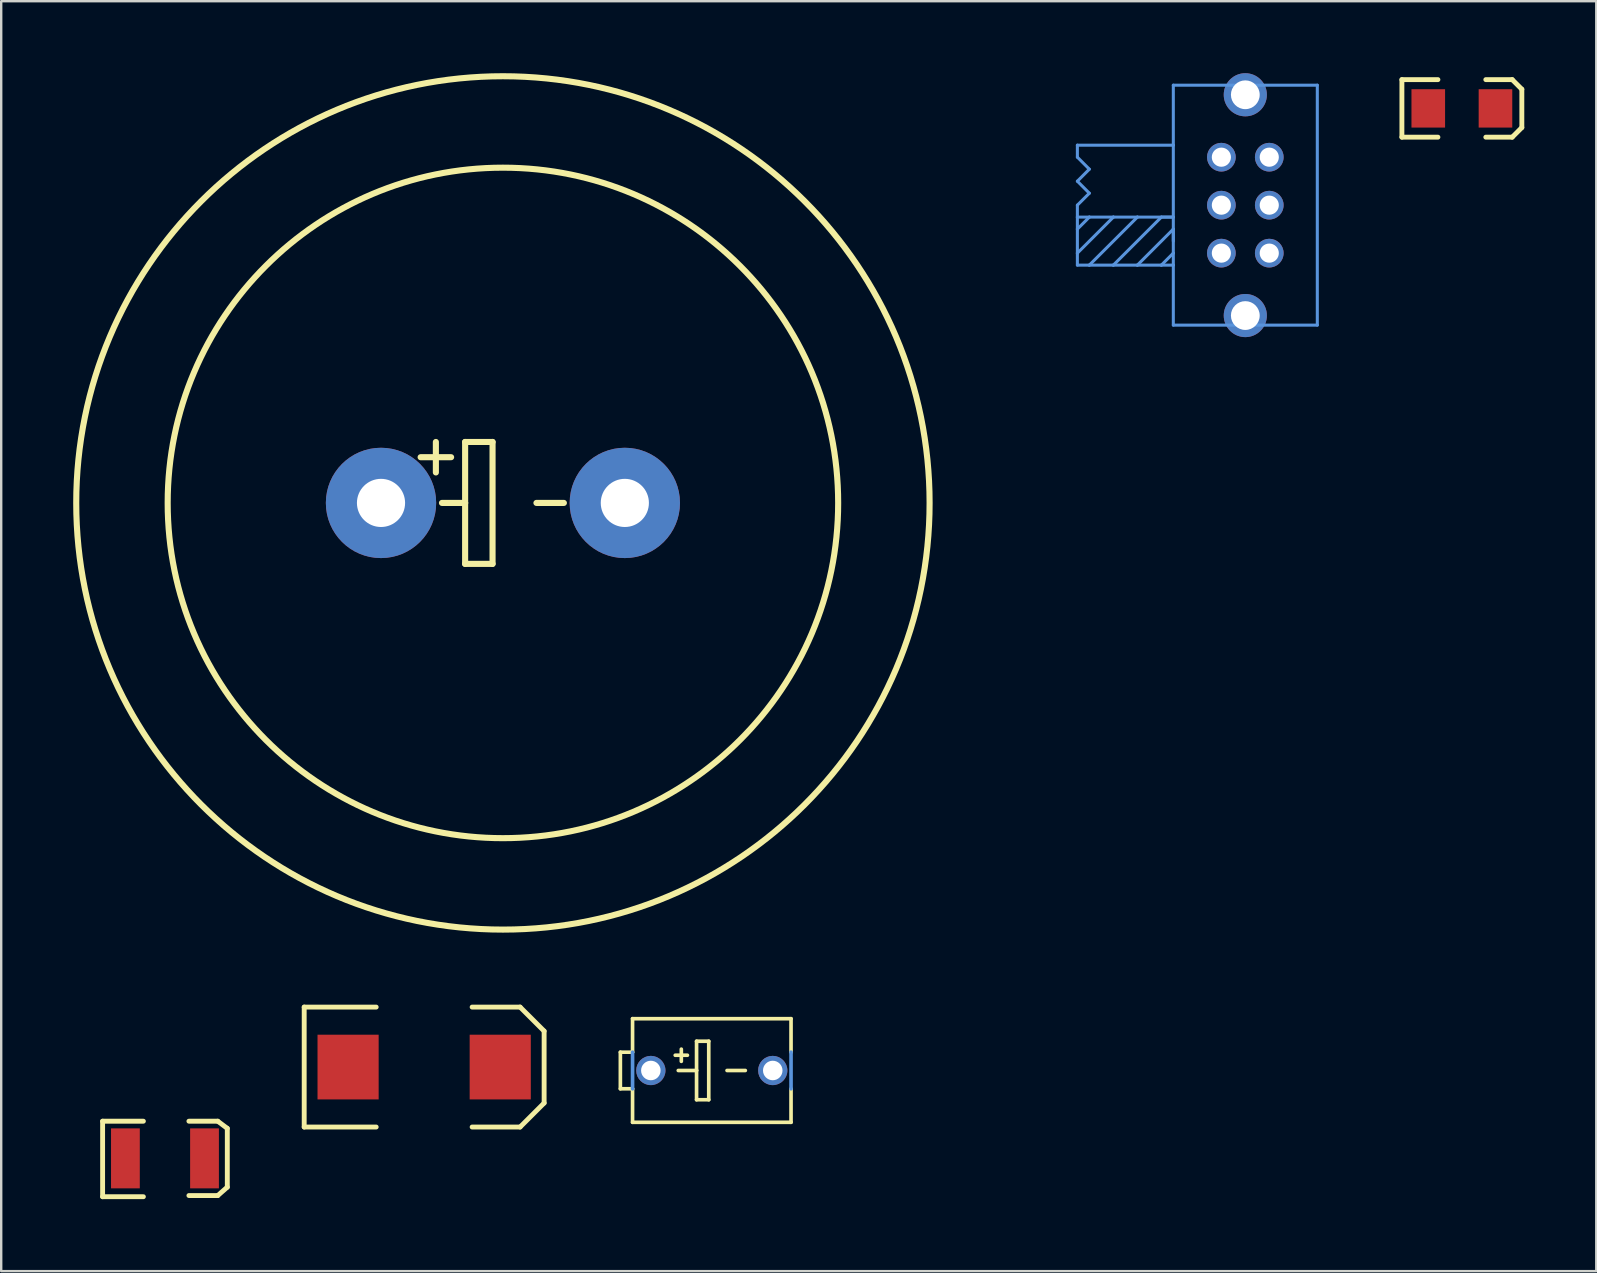
<source format=kicad_pcb>
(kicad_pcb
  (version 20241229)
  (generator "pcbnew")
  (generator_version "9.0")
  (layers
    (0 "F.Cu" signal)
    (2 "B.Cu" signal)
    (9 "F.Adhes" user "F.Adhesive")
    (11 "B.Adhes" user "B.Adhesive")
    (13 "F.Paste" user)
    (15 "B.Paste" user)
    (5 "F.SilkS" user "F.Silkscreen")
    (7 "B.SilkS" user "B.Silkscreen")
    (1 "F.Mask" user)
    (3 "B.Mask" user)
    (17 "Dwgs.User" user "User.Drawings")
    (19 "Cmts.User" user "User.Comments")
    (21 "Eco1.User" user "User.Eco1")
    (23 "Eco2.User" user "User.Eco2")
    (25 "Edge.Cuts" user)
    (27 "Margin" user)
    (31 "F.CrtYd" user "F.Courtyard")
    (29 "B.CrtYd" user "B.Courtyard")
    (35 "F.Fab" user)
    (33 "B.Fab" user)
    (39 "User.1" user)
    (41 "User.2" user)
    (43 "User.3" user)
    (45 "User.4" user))
  (footprint "EG2211"
    (layer "F.Cu")
    (at 48.843 5.499)
    (property "Reference" "EG2211" (at 0 0 0) (layer "Cmts.User") (effects (font (size 0.001 0.001) (thickness 0.000001))))
    (attr through_hole)
    (fp_line (start -6.998 -2.499) (end -6.998 -1.999) (stroke (width 0.127) (type solid)) (layer "Cmts.User"))
    (fp_line (start -6.998 -1.999) (end -6.5 -1.499) (stroke (width 0.127) (type solid)) (layer "Cmts.User"))
    (fp_line (start -6.998 -0.998) (end -6.5 -0.498) (stroke (width 0.127) (type solid)) (layer "Cmts.User"))
    (fp_line (start -6.998 0) (end -6.998 0.498) (stroke (width 0.127) (type solid)) (layer "Cmts.User"))
    (fp_line (start -6.998 0.498) (end -6.5 0.498) (stroke (width 0.127) (type solid)) (layer "Cmts.User"))
    (fp_line (start -6.998 0.998) (end -6.998 0.498) (stroke (width 0.127) (type solid)) (layer "Cmts.User"))
    (fp_line (start -6.998 1.999) (end -6.998 0.998) (stroke (width 0.127) (type solid)) (layer "Cmts.User"))
    (fp_line (start -6.998 2.499) (end -6.998 1.999) (stroke (width 0.127) (type solid)) (layer "Cmts.User"))
    (fp_line (start -6.5 -1.499) (end -6.998 -0.998) (stroke (width 0.127) (type solid)) (layer "Cmts.User"))
    (fp_line (start -6.5 -0.498) (end -6.998 0) (stroke (width 0.127) (type solid)) (layer "Cmts.User"))
    (fp_line (start -6.5 0.498) (end -6.998 0.998) (stroke (width 0.127) (type solid)) (layer "Cmts.User"))
    (fp_line (start -6.5 0.498) (end -5.499 0.498) (stroke (width 0.127) (type solid)) (layer "Cmts.User"))
    (fp_line (start -6.5 2.499) (end -6.998 2.499) (stroke (width 0.127) (type solid)) (layer "Cmts.User"))
    (fp_line (start -5.499 0.498) (end -6.998 1.999) (stroke (width 0.127) (type solid)) (layer "Cmts.User"))
    (fp_line (start -5.499 0.498) (end -4.498 0.498) (stroke (width 0.127) (type solid)) (layer "Cmts.User"))
    (fp_line (start -5.499 2.499) (end -6.5 2.499) (stroke (width 0.127) (type solid)) (layer "Cmts.User"))
    (fp_line (start -4.498 0.498) (end -6.5 2.499) (stroke (width 0.127) (type solid)) (layer "Cmts.User"))
    (fp_line (start -4.498 0.498) (end -3 0.498) (stroke (width 0.127) (type solid)) (layer "Cmts.User"))
    (fp_line (start -4.498 2.499) (end -5.499 2.499) (stroke (width 0.127) (type solid)) (layer "Cmts.User"))
    (fp_line (start -3.498 0.498) (end -5.499 2.499) (stroke (width 0.127) (type solid)) (layer "Cmts.User"))
    (fp_line (start -3.498 2.499) (end -4.498 2.499) (stroke (width 0.127) (type solid)) (layer "Cmts.User"))
    (fp_line (start -3 -4.999) (end -3 -2.499) (stroke (width 0.127) (type solid)) (layer "Cmts.User"))
    (fp_line (start -3 -2.499) (end -6.998 -2.499) (stroke (width 0.127) (type solid)) (layer "Cmts.User"))
    (fp_line (start -3 -2.499) (end -3 0.498) (stroke (width 0.127) (type solid)) (layer "Cmts.User"))
    (fp_line (start -3 0.498) (end -3.498 0.498) (stroke (width 0.127) (type solid)) (layer "Cmts.User"))
    (fp_line (start -3 0.498) (end -3 0.998) (stroke (width 0.127) (type solid)) (layer "Cmts.User"))
    (fp_line (start -3 0.998) (end -4.498 2.499) (stroke (width 0.127) (type solid)) (layer "Cmts.User"))
    (fp_line (start -3 0.998) (end -3 1.499) (stroke (width 0.127) (type solid)) (layer "Cmts.User"))
    (fp_line (start -3 0.998) (end -3 1.999) (stroke (width 0.127) (type solid)) (layer "Cmts.User"))
    (fp_line (start -3 1.999) (end -3.498 2.499) (stroke (width 0.127) (type solid)) (layer "Cmts.User"))
    (fp_line (start -3 1.999) (end -3 2.499) (stroke (width 0.127) (type solid)) (layer "Cmts.User"))
    (fp_line (start -3 2.499) (end -3.498 2.499) (stroke (width 0.127) (type solid)) (layer "Cmts.User"))
    (fp_line (start -3 2.499) (end -3 4.999) (stroke (width 0.127) (type solid)) (layer "Cmts.User"))
    (fp_line (start -3 4.999) (end 3 4.999) (stroke (width 0.127) (type solid)) (layer "Cmts.User"))
    (fp_line (start 3 -4.999) (end -3 -4.999) (stroke (width 0.127) (type solid)) (layer "Cmts.User"))
    (fp_line (start 3 4.999) (end 3 -4.999) (stroke (width 0.127) (type solid)) (layer "Cmts.User"))
    (pad "P$7" thru_hole oval (at 0 -4.6) (size 1.798 1.798) (drill 1.199) (layers "*.Cu" "*.Mask"))
    (pad "P$8" thru_hole oval (at 0 4.6) (size 1.798 1.798) (drill 1.199) (layers "*.Cu" "*.Mask"))
    (pad "P1" thru_hole oval (at -0.998 0) (size 1.196 1.196) (drill 0.798) (layers "*.Cu" "*.Mask"))
    (pad "P1-T" thru_hole oval (at -0.998 -1.999) (size 1.196 1.196) (drill 0.798) (layers "*.Cu" "*.Mask"))
    (pad "P1-T" thru_hole oval (at -0.998 1.999) (size 1.196 1.196) (drill 0.798) (layers "*.Cu" "*.Mask"))
    (pad "P2" thru_hole oval (at 0.998 0) (size 1.196 1.196) (drill 0.798) (layers "*.Cu" "*.Mask"))
    (pad "P2-T" thru_hole oval (at 0.998 -1.999) (size 1.196 1.196) (drill 0.798) (layers "*.Cu" "*.Mask"))
    (pad "P2-T" thru_hole oval (at 0.998 1.999) (size 1.196 1.196) (drill 0.798) (layers "*.Cu" "*.Mask")))
  (footprint "EIA3528"
    (layer "F.Cu")
    (at 3.824 45.22)
    (property "Reference" "EIA3528" (at -2.903 -2.54 90) (layer "Eco1.User") (effects (font (size 1.27 1.27) (thickness 0.102))))
    (attr through_hole)
    (fp_line (start -2.598 -1.549) (end -0.899 -1.549) (stroke (width 0.203) (type solid)) (layer "F.SilkS"))
    (fp_line (start -2.598 1.598) (end -2.598 -1.549) (stroke (width 0.203) (type solid)) (layer "F.SilkS"))
    (fp_line (start -0.899 1.598) (end -2.598 1.598) (stroke (width 0.203) (type solid)) (layer "F.SilkS"))
    (fp_line (start 0.998 1.549) (end 2.2 1.549) (stroke (width 0.203) (type solid)) (layer "F.SilkS"))
    (fp_line (start 2.2 -1.549) (end 0.998 -1.549) (stroke (width 0.203) (type solid)) (layer "F.SilkS"))
    (fp_line (start 2.2 1.549) (end 2.598 1.199) (stroke (width 0.203) (type solid)) (layer "F.SilkS"))
    (fp_line (start 2.598 -1.25) (end 2.2 -1.549) (stroke (width 0.203) (type solid)) (layer "F.SilkS"))
    (fp_line (start 2.598 1.199) (end 2.598 -1.25) (stroke (width 0.203) (type solid)) (layer "F.SilkS"))
    (pad "A" smd rect (at 1.648 0 90) (size 2.499 1.199) (layers "F.Cu" "F.Mask" "F.Paste"))
    (pad "K" smd rect (at -1.648 0 90) (size 2.499 1.199) (layers "F.Cu" "F.Mask" "F.Paste")))
  (footprint "EIA7343"
    (layer "F.Cu")
    (at 14.625 41.415)
    (property "Reference" "EIA7343" (at 0 0 0) (layer "Cmts.User") (effects (font (size 0.001 0.001) (thickness 0.000001))))
    (attr through_hole)
    (fp_line (start -4.999 -2.499) (end -4.999 2.499) (stroke (width 0.203) (type solid)) (layer "F.SilkS"))
    (fp_line (start -4.999 -2.499) (end -1.999 -2.499) (stroke (width 0.203) (type solid)) (layer "F.SilkS"))
    (fp_line (start -4.999 2.499) (end -1.999 2.499) (stroke (width 0.203) (type solid)) (layer "F.SilkS"))
    (fp_line (start 1.999 -2.499) (end 3.998 -2.499) (stroke (width 0.203) (type solid)) (layer "F.SilkS"))
    (fp_line (start 3.998 -2.499) (end 4.999 -1.499) (stroke (width 0.203) (type solid)) (layer "F.SilkS"))
    (fp_line (start 3.998 2.499) (end 1.999 2.499) (stroke (width 0.203) (type solid)) (layer "F.SilkS"))
    (fp_line (start 4.999 -1.499) (end 4.999 1.499) (stroke (width 0.203) (type solid)) (layer "F.SilkS"))
    (fp_line (start 4.999 1.499) (end 3.998 2.499) (stroke (width 0.203) (type solid)) (layer "F.SilkS"))
    (pad "A" smd rect (at 3.17 0 180) (size 2.548 2.697) (layers "F.Cu" "F.Mask" "F.Paste"))
    (pad "K" smd rect (at -3.17 0 180) (size 2.548 2.697) (layers "F.Cu" "F.Mask" "F.Paste")))
  (footprint "EIA3216"
    (layer "F.Cu")
    (at 57.867 1.467)
    (property "Reference" "EIA3216" (at -1.727 -1.176 0) (layer "Eco1.User") (effects (font (size 0.406 0.406) (thickness 0.03))))
    (attr through_hole)
    (fp_line (start -2.499 -1.199) (end -0.998 -1.199) (stroke (width 0.203) (type solid)) (layer "F.SilkS"))
    (fp_line (start -2.499 1.199) (end -2.499 -1.199) (stroke (width 0.203) (type solid)) (layer "F.SilkS"))
    (fp_line (start -0.998 1.199) (end -2.499 1.199) (stroke (width 0.203) (type solid)) (layer "F.SilkS"))
    (fp_line (start 0.998 1.199) (end 2.098 1.199) (stroke (width 0.203) (type solid)) (layer "F.SilkS"))
    (fp_line (start 2.098 -1.199) (end 0.998 -1.199) (stroke (width 0.203) (type solid)) (layer "F.SilkS"))
    (fp_line (start 2.098 1.199) (end 2.499 0.798) (stroke (width 0.203) (type solid)) (layer "F.SilkS"))
    (fp_line (start 2.499 -0.798) (end 2.098 -1.199) (stroke (width 0.203) (type solid)) (layer "F.SilkS"))
    (fp_line (start 2.499 0.798) (end 2.499 -0.798) (stroke (width 0.203) (type solid)) (layer "F.SilkS"))
    (pad "A" smd rect (at 1.4 0 90) (size 1.598 1.4) (layers "F.Cu" "F.Mask" "F.Paste"))
    (pad "K" smd rect (at -1.4 0 90) (size 1.598 1.4) (layers "F.Cu" "F.Mask" "F.Paste")))
  (footprint "EB35D"
    (layer "F.Cu")
    (at 17.907 17.907)
    (property "Reference" "EB35D" (at 16.51 -12.573 0) (layer "Eco1.User") (effects (font (size 1.778 1.778) (thickness 0.178))))
    (attr through_hole)
    (fp_line (start -2.794 -2.54) (end -2.794 -1.27) (stroke (width 0.254) (type solid)) (layer "F.SilkS"))
    (fp_line (start -2.54 0) (end -1.575 0) (stroke (width 0.254) (type solid)) (layer "F.SilkS"))
    (fp_line (start -2.159 -1.905) (end -3.429 -1.905) (stroke (width 0.254) (type solid)) (layer "F.SilkS"))
    (fp_line (start -1.575 -2.54) (end -0.432 -2.54) (stroke (width 0.254) (type solid)) (layer "F.SilkS"))
    (fp_line (start -1.575 0) (end -1.575 -2.54) (stroke (width 0.254) (type solid)) (layer "F.SilkS"))
    (fp_line (start -1.575 2.54) (end -1.575 0) (stroke (width 0.254) (type solid)) (layer "F.SilkS"))
    (fp_line (start -0.432 -2.54) (end -0.432 2.54) (stroke (width 0.254) (type solid)) (layer "F.SilkS"))
    (fp_line (start -0.432 2.54) (end -1.575 2.54) (stroke (width 0.254) (type solid)) (layer "F.SilkS"))
    (fp_line (start 1.397 0) (end 2.54 0) (stroke (width 0.254) (type solid)) (layer "F.SilkS"))
    (fp_circle (center 0 0) (end 13.97 0) (stroke (width 0.254) (type solid)) (fill no) (layer "F.SilkS"))
    (fp_circle (center 0 0) (end 17.78 0) (stroke (width 0.254) (type solid)) (fill no) (layer "F.SilkS"))
    (pad "+" thru_hole oval (at -5.08 0) (size 4.597 4.597) (drill 2.007) (layers "*.Cu" "*.Mask"))
    (pad "-" thru_hole oval (at 5.08 0) (size 4.597 4.597) (drill 2.007) (layers "*.Cu" "*.Mask")))
  (footprint "ETR2"
    (layer "F.Cu")
    (at 26.611 41.558)
    (property "Reference" "ETR2" (at -0.762 -1.778 0) (layer "Eco1.User") (effects (font (size 1.27 1.27) (thickness 0.127))))
    (attr through_hole)
    (fp_line (start -3.81 -0.762) (end -3.81 0.762) (stroke (width 0.152) (type solid)) (layer "F.SilkS"))
    (fp_line (start -3.81 0.762) (end -3.302 0.762) (stroke (width 0.152) (type solid)) (layer "F.SilkS"))
    (fp_line (start -3.302 -0.762) (end -3.81 -0.762) (stroke (width 0.152) (type solid)) (layer "F.SilkS"))
    (fp_line (start -3.302 -0.762) (end -3.302 -2.159) (stroke (width 0.152) (type solid)) (layer "F.SilkS"))
    (fp_line (start -3.302 2.159) (end -3.302 0.762) (stroke (width 0.152) (type solid)) (layer "F.SilkS"))
    (fp_line (start -3.302 2.159) (end 3.302 2.159) (stroke (width 0.152) (type solid)) (layer "F.SilkS"))
    (fp_line (start -1.524 -0.635) (end -1.016 -0.635) (stroke (width 0.152) (type solid)) (layer "F.SilkS"))
    (fp_line (start -1.397 0) (end -0.635 0) (stroke (width 0.152) (type solid)) (layer "F.SilkS"))
    (fp_line (start -1.27 -0.889) (end -1.27 -0.381) (stroke (width 0.152) (type solid)) (layer "F.SilkS"))
    (fp_line (start -0.635 -1.219) (end -0.635 0) (stroke (width 0.152) (type solid)) (layer "F.SilkS"))
    (fp_line (start -0.635 0) (end -0.635 1.219) (stroke (width 0.152) (type solid)) (layer "F.SilkS"))
    (fp_line (start -0.635 1.219) (end -0.127 1.219) (stroke (width 0.152) (type solid)) (layer "F.SilkS"))
    (fp_line (start -0.127 -1.219) (end -0.635 -1.219) (stroke (width 0.152) (type solid)) (layer "F.SilkS"))
    (fp_line (start -0.127 1.219) (end -0.127 -1.219) (stroke (width 0.152) (type solid)) (layer "F.SilkS"))
    (fp_line (start 0.635 0) (end 1.397 0) (stroke (width 0.152) (type solid)) (layer "F.SilkS"))
    (fp_line (start 3.302 -2.159) (end -3.302 -2.159) (stroke (width 0.152) (type solid)) (layer "F.SilkS"))
    (fp_line (start 3.302 -0.762) (end 3.302 -2.159) (stroke (width 0.152) (type solid)) (layer "F.SilkS"))
    (fp_line (start 3.302 2.159) (end 3.302 0.762) (stroke (width 0.152) (type solid)) (layer "F.SilkS"))
    (fp_line (start -3.302 0.762) (end -3.302 -0.762) (stroke (width 0.152) (type solid)) (layer "Cmts.User"))
    (fp_line (start 3.302 -0.762) (end 3.302 0.762) (stroke (width 0.152) (type solid)) (layer "Cmts.User"))
    (pad "+" thru_hole oval (at -2.54 0) (size 1.219 1.219) (drill 0.813) (layers "*.Cu" "*.Mask"))
    (pad "-" thru_hole oval (at 2.54 0) (size 1.219 1.219) (drill 0.813) (layers "*.Cu" "*.Mask")))
  (gr_rect
    (start -3 -3)
    (end 63.468 49.919)
    (stroke (width 0.1) (type default))
    (fill no)
    (layer "Edge.Cuts")))
</source>
